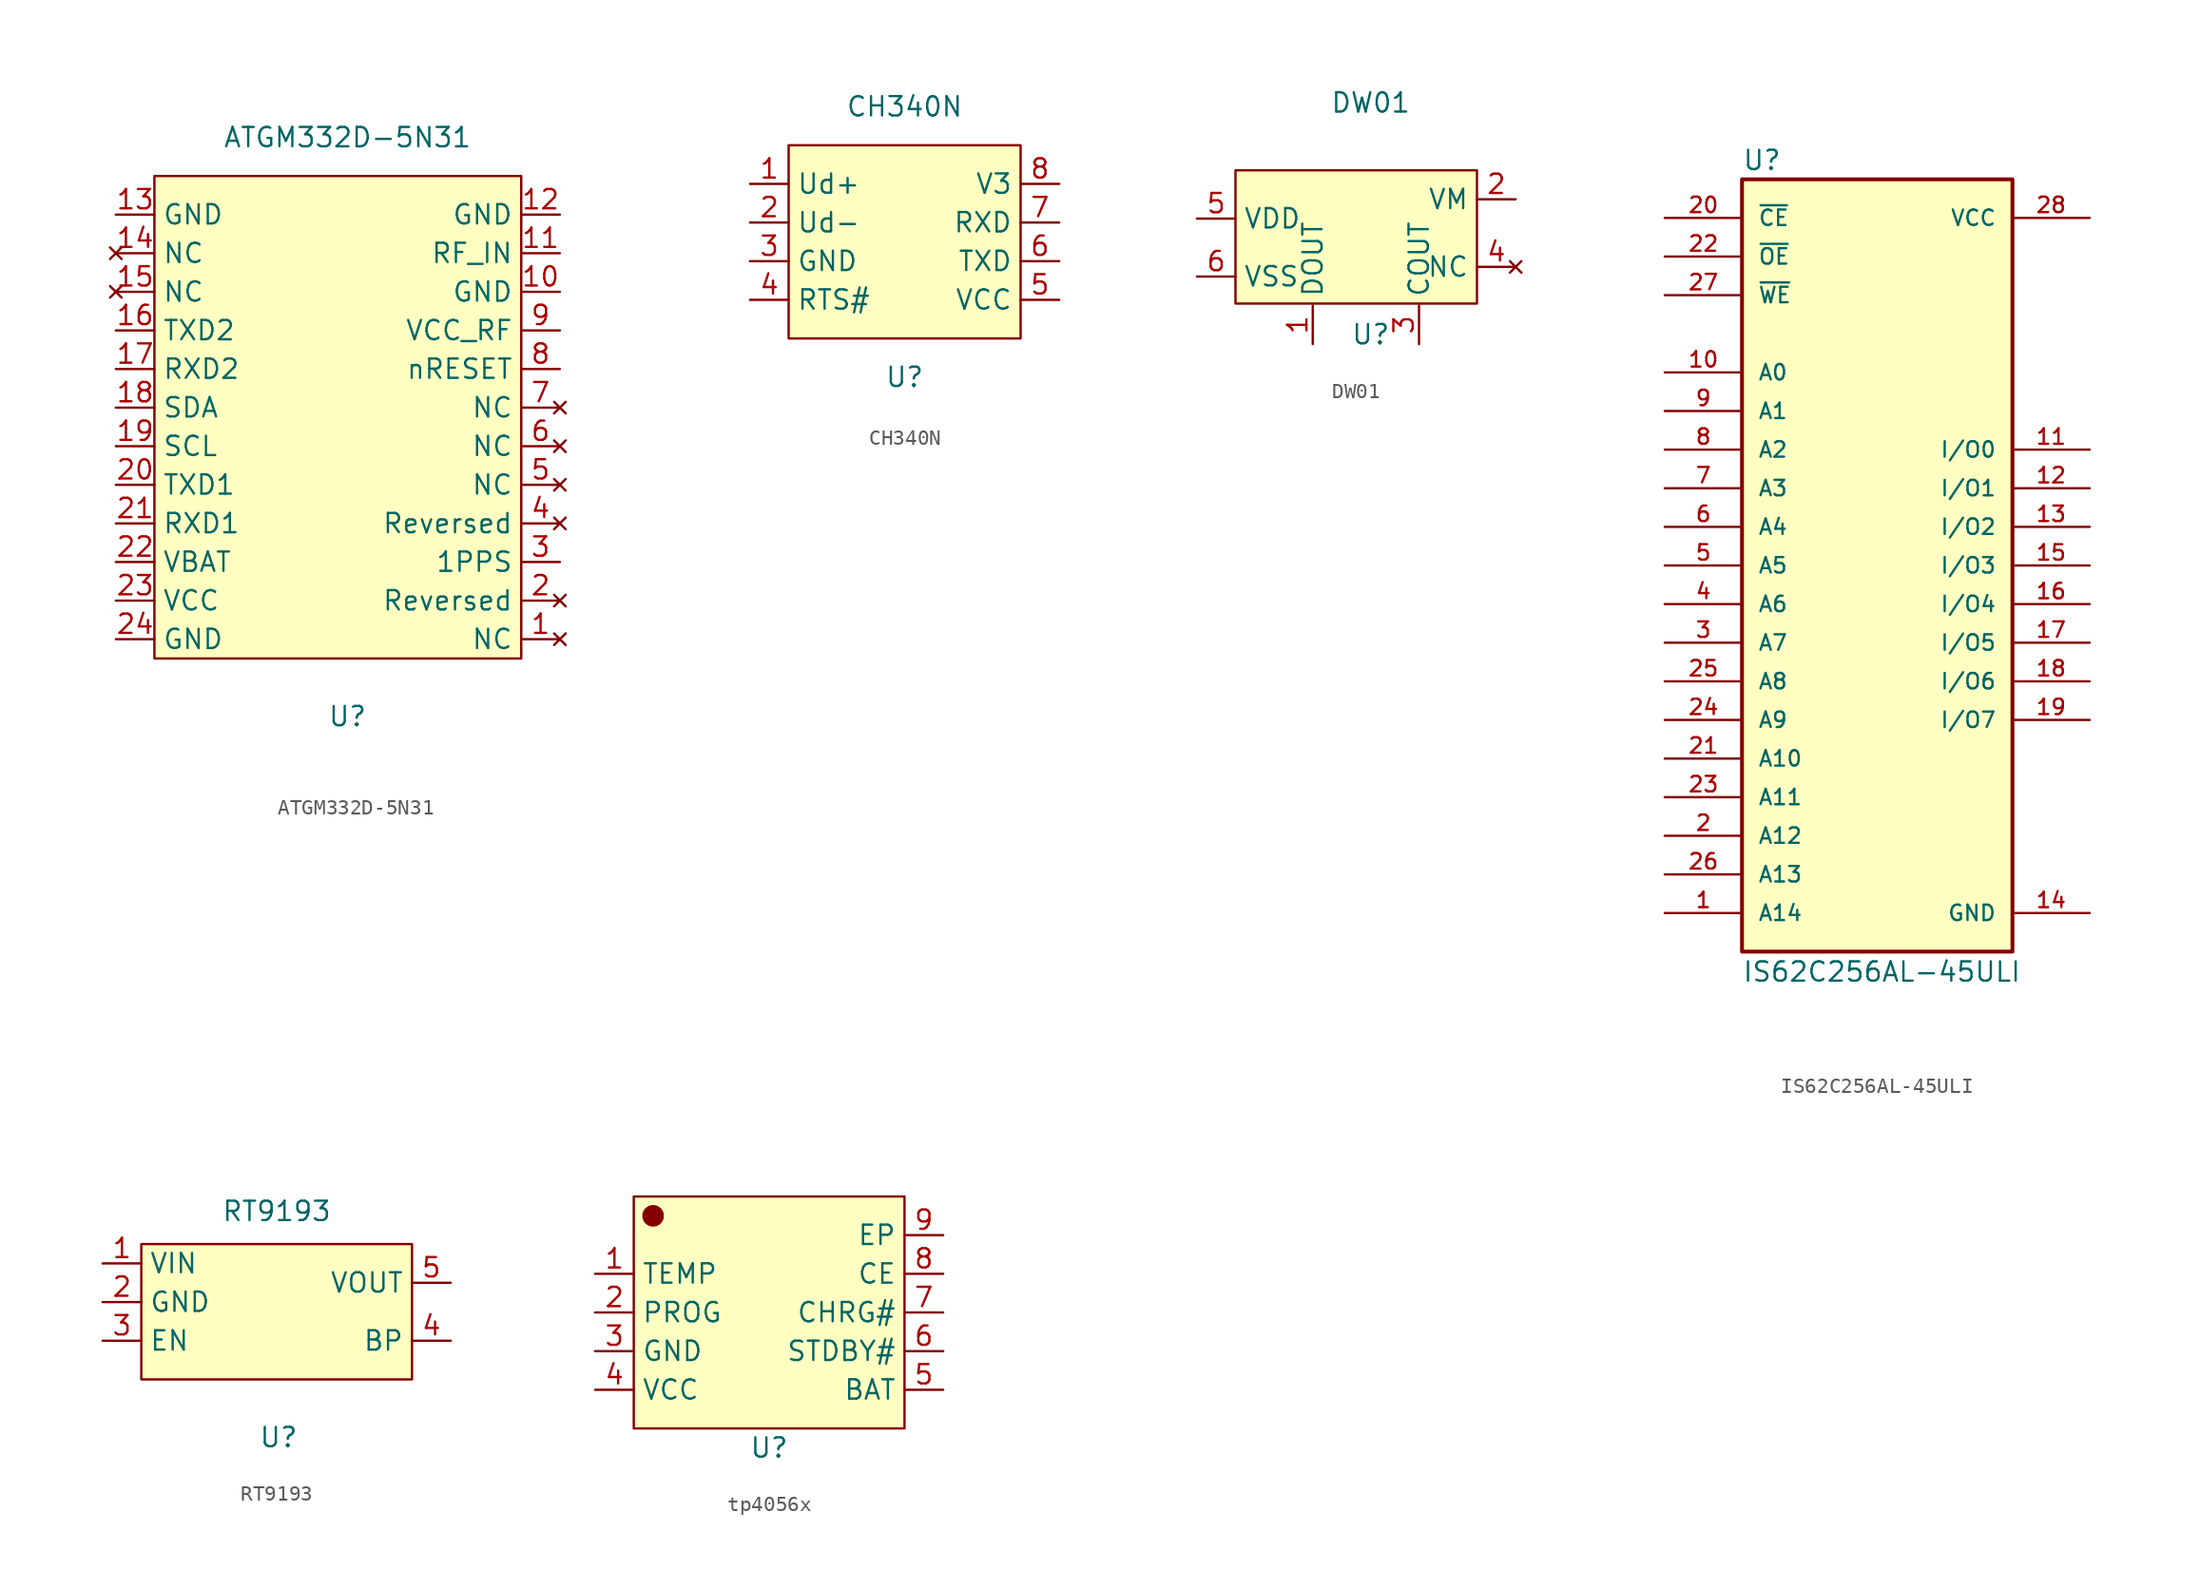
<source format=kicad_sym>
(kicad_symbol_lib
  (version 20211014)
  (generator kicad_symbol_editor)
  (symbol "ATGM332D-5N31"
    (property "Reference" "U"
      (at 0 -15.24 0)
      (effects (font (size 1.27 1.27))))
    (property "Value" "ATGM332D-5N31"
      (at 0 22.86 0)
      (effects (font (size 1.27 1.27))))
    (symbol "ATGM332D-5N31_0_0"
      (text "" (at 16.51 -2.54 0) (effects (font (size 1.27 1.27)))))
    (symbol "ATGM332D-5N31_0_1"
      (rectangle (start -12.7 20.32) (end 11.43 -11.43) (stroke (width 0) (type default) (color 0 0 0 0)) (fill (type background))))
    (symbol "ATGM332D-5N31_1_1"
      (pin no_connect line (at 13.97 -10.16 180) (length 2.54) (name "NC" (effects (font (size 1.27 1.27)))) (number "1" (effects (font (size 1.27 1.27)))))
      (pin power_in line (at 13.97 12.7 180) (length 2.54) (name "GND" (effects (font (size 1.27 1.27)))) (number "10" (effects (font (size 1.27 1.27)))))
      (pin input line (at 13.97 15.24 180) (length 2.54) (name "RF_IN" (effects (font (size 1.27 1.27)))) (number "11" (effects (font (size 1.27 1.27)))))
      (pin power_in line (at 13.97 17.78 180) (length 2.54) (name "GND" (effects (font (size 1.27 1.27)))) (number "12" (effects (font (size 1.27 1.27)))))
      (pin power_in line (at -15.24 17.78 0) (length 2.54) (name "GND" (effects (font (size 1.27 1.27)))) (number "13" (effects (font (size 1.27 1.27)))))
      (pin no_connect line (at -15.24 15.24 0) (length 2.54) (name "NC" (effects (font (size 1.27 1.27)))) (number "14" (effects (font (size 1.27 1.27)))))
      (pin no_connect line (at -15.24 12.7 0) (length 2.54) (name "NC" (effects (font (size 1.27 1.27)))) (number "15" (effects (font (size 1.27 1.27)))))
      (pin output line (at -15.24 10.16 0) (length 2.54) (name "TXD2" (effects (font (size 1.27 1.27)))) (number "16" (effects (font (size 1.27 1.27)))))
      (pin input line (at -15.24 7.62 0) (length 2.54) (name "RXD2" (effects (font (size 1.27 1.27)))) (number "17" (effects (font (size 1.27 1.27)))))
      (pin input line (at -15.24 5.08 0) (length 2.54) (name "SDA" (effects (font (size 1.27 1.27)))) (number "18" (effects (font (size 1.27 1.27)))))
      (pin input line (at -15.24 2.54 0) (length 2.54) (name "SCL" (effects (font (size 1.27 1.27)))) (number "19" (effects (font (size 1.27 1.27)))))
      (pin no_connect line (at 13.97 -7.62 180) (length 2.54) (name "Reversed" (effects (font (size 1.27 1.27)))) (number "2" (effects (font (size 1.27 1.27)))))
      (pin output line (at -15.24 0 0) (length 2.54) (name "TXD1" (effects (font (size 1.27 1.27)))) (number "20" (effects (font (size 1.27 1.27)))))
      (pin input line (at -15.24 -2.54 0) (length 2.54) (name "RXD1" (effects (font (size 1.27 1.27)))) (number "21" (effects (font (size 1.27 1.27)))))
      (pin power_in line (at -15.24 -5.08 0) (length 2.54) (name "VBAT" (effects (font (size 1.27 1.27)))) (number "22" (effects (font (size 1.27 1.27)))))
      (pin power_in line (at -15.24 -7.62 0) (length 2.54) (name "VCC" (effects (font (size 1.27 1.27)))) (number "23" (effects (font (size 1.27 1.27)))))
      (pin power_in line (at -15.24 -10.16 0) (length 2.54) (name "GND" (effects (font (size 1.27 1.27)))) (number "24" (effects (font (size 1.27 1.27)))))
      (pin output line (at 13.97 -5.08 180) (length 2.54) (name "1PPS" (effects (font (size 1.27 1.27)))) (number "3" (effects (font (size 1.27 1.27)))))
      (pin no_connect line (at 13.97 -2.54 180) (length 2.54) (name "Reversed" (effects (font (size 1.27 1.27)))) (number "4" (effects (font (size 1.27 1.27)))))
      (pin no_connect line (at 13.97 0 180) (length 2.54) (name "NC" (effects (font (size 1.27 1.27)))) (number "5" (effects (font (size 1.27 1.27)))))
      (pin no_connect line (at 13.97 2.54 180) (length 2.54) (name "NC" (effects (font (size 1.27 1.27)))) (number "6" (effects (font (size 1.27 1.27)))))
      (pin no_connect line (at 13.97 5.08 180) (length 2.54) (name "NC" (effects (font (size 1.27 1.27)))) (number "7" (effects (font (size 1.27 1.27)))))
      (pin input line (at 13.97 7.62 180) (length 2.54) (name "nRESET" (effects (font (size 1.27 1.27)))) (number "8" (effects (font (size 1.27 1.27)))))
      (pin power_out line (at 13.97 10.16 180) (length 2.54) (name "VCC_RF" (effects (font (size 1.27 1.27)))) (number "9" (effects (font (size 1.27 1.27)))))))
  (symbol "CH340N"
    (property "Reference" "U"
      (at 0 -7.62 0)
      (effects (font (size 1.27 1.27))))
    (property "Value" "CH340N"
      (at 0 10.16 0)
      (effects (font (size 1.27 1.27))))
    (symbol "CH340N_0_1"
      (rectangle (start -7.62 7.62) (end 7.62 -5.08) (stroke (width 0) (type default) (color 0 0 0 0)) (fill (type background))))
    (symbol "CH340N_1_1"
      (pin input line (at -10.16 5.08 0) (length 2.54) (name "Ud+" (effects (font (size 1.27 1.27)))) (number "1" (effects (font (size 1.27 1.27)))))
      (pin input line (at -10.16 2.54 0) (length 2.54) (name "Ud-" (effects (font (size 1.27 1.27)))) (number "2" (effects (font (size 1.27 1.27)))))
      (pin power_in line (at -10.16 0 0) (length 2.54) (name "GND" (effects (font (size 1.27 1.27)))) (number "3" (effects (font (size 1.27 1.27)))))
      (pin output line (at -10.16 -2.54 0) (length 2.54) (name "RTS#" (effects (font (size 1.27 1.27)))) (number "4" (effects (font (size 1.27 1.27)))))
      (pin power_in line (at 10.16 -2.54 180) (length 2.54) (name "VCC" (effects (font (size 1.27 1.27)))) (number "5" (effects (font (size 1.27 1.27)))))
      (pin output line (at 10.16 0 180) (length 2.54) (name "TXD" (effects (font (size 1.27 1.27)))) (number "6" (effects (font (size 1.27 1.27)))))
      (pin output line (at 10.16 2.54 180) (length 2.54) (name "RXD" (effects (font (size 1.27 1.27)))) (number "7" (effects (font (size 1.27 1.27)))))
      (pin input line (at 10.16 5.08 180) (length 2.54) (name "V3" (effects (font (size 1.27 1.27)))) (number "8" (effects (font (size 1.27 1.27)))))))
  (symbol "DW01"
    (property "Reference" "U"
      (at 0 0 0)
      (effects (font (size 1.27 1.27))))
    (property "Value" "DW01"
      (at 0 15.24 0)
      (effects (font (size 1.27 1.27))))
    (symbol "DW01_0_1"
      (rectangle (start -8.89 10.795) (end 6.985 2.032) (stroke (width 0) (type default) (color 0 0 0 0)) (fill (type background))))
    (symbol "DW01_1_1"
      (pin output line (at -3.81 -0.635 90) (length 2.54) (name "DOUT" (effects (font (size 1.27 1.27)))) (number "1" (effects (font (size 1.27 1.27)))))
      (pin input line (at 9.525 8.89 180) (length 2.54) (name "VM" (effects (font (size 1.27 1.27)))) (number "2" (effects (font (size 1.27 1.27)))))
      (pin output line (at 3.175 -0.635 90) (length 2.54) (name "COUT" (effects (font (size 1.27 1.27)))) (number "3" (effects (font (size 1.27 1.27)))))
      (pin no_connect line (at 9.525 4.445 180) (length 2.54) (name "NC" (effects (font (size 1.27 1.27)))) (number "4" (effects (font (size 1.27 1.27)))))
      (pin input line (at -11.43 7.62 0) (length 2.54) (name "VDD" (effects (font (size 1.27 1.27)))) (number "5" (effects (font (size 1.27 1.27)))))
      (pin input line (at -11.43 3.81 0) (length 2.54) (name "VSS" (effects (font (size 1.27 1.27)))) (number "6" (effects (font (size 1.27 1.27)))))))
  (symbol "IS62C256AL-45ULI"
    (pin_names
      (offset 1.016))
    (property "Reference" "U"
      (at -7.621 25.912 0)
      (effects (font (size 1.27 1.27)) (justify left bottom)))
    (property "Value" "IS62C256AL-45ULI"
      (at -7.63 -27.469 0)
      (effects (font (size 1.27 1.27)) (justify left bottom)))
    (symbol "IS62C256AL-45ULI_0_0"
      (rectangle (start -7.62 -25.4) (end 10.16 25.4) (stroke (width 0.254) (type default) (color 0 0 0 0)) (fill (type background)))
      (pin input line (at -12.7 -22.86 0) (length 5.08) (name "A14" (effects (font (size 1.016 1.016)))) (number "1" (effects (font (size 1.016 1.016)))))
      (pin input line (at -12.7 12.7 0) (length 5.08) (name "A0" (effects (font (size 1.016 1.016)))) (number "10" (effects (font (size 1.016 1.016)))))
      (pin bidirectional line (at 15.24 7.62 180) (length 5.08) (name "I/O0" (effects (font (size 1.016 1.016)))) (number "11" (effects (font (size 1.016 1.016)))))
      (pin bidirectional line (at 15.24 5.08 180) (length 5.08) (name "I/O1" (effects (font (size 1.016 1.016)))) (number "12" (effects (font (size 1.016 1.016)))))
      (pin bidirectional line (at 15.24 2.54 180) (length 5.08) (name "I/O2" (effects (font (size 1.016 1.016)))) (number "13" (effects (font (size 1.016 1.016)))))
      (pin power_in line (at 15.24 -22.86 180) (length 5.08) (name "GND" (effects (font (size 1.016 1.016)))) (number "14" (effects (font (size 1.016 1.016)))))
      (pin bidirectional line (at 15.24 0 180) (length 5.08) (name "I/O3" (effects (font (size 1.016 1.016)))) (number "15" (effects (font (size 1.016 1.016)))))
      (pin bidirectional line (at 15.24 -2.54 180) (length 5.08) (name "I/O4" (effects (font (size 1.016 1.016)))) (number "16" (effects (font (size 1.016 1.016)))))
      (pin bidirectional line (at 15.24 -5.08 180) (length 5.08) (name "I/O5" (effects (font (size 1.016 1.016)))) (number "17" (effects (font (size 1.016 1.016)))))
      (pin bidirectional line (at 15.24 -7.62 180) (length 5.08) (name "I/O6" (effects (font (size 1.016 1.016)))) (number "18" (effects (font (size 1.016 1.016)))))
      (pin bidirectional line (at 15.24 -10.16 180) (length 5.08) (name "I/O7" (effects (font (size 1.016 1.016)))) (number "19" (effects (font (size 1.016 1.016)))))
      (pin input line (at -12.7 -17.78 0) (length 5.08) (name "A12" (effects (font (size 1.016 1.016)))) (number "2" (effects (font (size 1.016 1.016)))))
      (pin input line (at -12.7 22.86 0) (length 5.08) (name "~{CE}" (effects (font (size 1.016 1.016)))) (number "20" (effects (font (size 1.016 1.016)))))
      (pin input line (at -12.7 -12.7 0) (length 5.08) (name "A10" (effects (font (size 1.016 1.016)))) (number "21" (effects (font (size 1.016 1.016)))))
      (pin input line (at -12.7 20.32 0) (length 5.08) (name "~{OE}" (effects (font (size 1.016 1.016)))) (number "22" (effects (font (size 1.016 1.016)))))
      (pin input line (at -12.7 -15.24 0) (length 5.08) (name "A11" (effects (font (size 1.016 1.016)))) (number "23" (effects (font (size 1.016 1.016)))))
      (pin input line (at -12.7 -10.16 0) (length 5.08) (name "A9" (effects (font (size 1.016 1.016)))) (number "24" (effects (font (size 1.016 1.016)))))
      (pin input line (at -12.7 -7.62 0) (length 5.08) (name "A8" (effects (font (size 1.016 1.016)))) (number "25" (effects (font (size 1.016 1.016)))))
      (pin input line (at -12.7 -20.32 0) (length 5.08) (name "A13" (effects (font (size 1.016 1.016)))) (number "26" (effects (font (size 1.016 1.016)))))
      (pin input line (at -12.7 17.78 0) (length 5.08) (name "~{WE}" (effects (font (size 1.016 1.016)))) (number "27" (effects (font (size 1.016 1.016)))))
      (pin power_in line (at 15.24 22.86 180) (length 5.08) (name "VCC" (effects (font (size 1.016 1.016)))) (number "28" (effects (font (size 1.016 1.016)))))
      (pin input line (at -12.7 -5.08 0) (length 5.08) (name "A7" (effects (font (size 1.016 1.016)))) (number "3" (effects (font (size 1.016 1.016)))))
      (pin input line (at -12.7 -2.54 0) (length 5.08) (name "A6" (effects (font (size 1.016 1.016)))) (number "4" (effects (font (size 1.016 1.016)))))
      (pin input line (at -12.7 0 0) (length 5.08) (name "A5" (effects (font (size 1.016 1.016)))) (number "5" (effects (font (size 1.016 1.016)))))
      (pin input line (at -12.7 2.54 0) (length 5.08) (name "A4" (effects (font (size 1.016 1.016)))) (number "6" (effects (font (size 1.016 1.016)))))
      (pin input line (at -12.7 5.08 0) (length 5.08) (name "A3" (effects (font (size 1.016 1.016)))) (number "7" (effects (font (size 1.016 1.016)))))
      (pin input line (at -12.7 7.62 0) (length 5.08) (name "A2" (effects (font (size 1.016 1.016)))) (number "8" (effects (font (size 1.016 1.016)))))
      (pin input line (at -12.7 10.16 0) (length 5.08) (name "A1" (effects (font (size 1.016 1.016)))) (number "9" (effects (font (size 1.016 1.016)))))))
  (symbol "RT9193"
    (property "Reference" "U"
      (at 0.127 -7.62 0)
      (effects (font (size 1.27 1.27))))
    (property "Value" "RT9193"
      (at 0 7.239 0)
      (effects (font (size 1.27 1.27))))
    (symbol "RT9193_0_1"
      (rectangle (start -8.89 5.08) (end 8.89 -3.81) (stroke (width 0) (type default) (color 0 0 0 0)) (fill (type background))))
    (symbol "RT9193_1_1"
      (pin input line (at -11.43 3.81 0) (length 2.54) (name "VIN" (effects (font (size 1.27 1.27)))) (number "1" (effects (font (size 1.27 1.27)))))
      (pin input line (at -11.43 1.27 0) (length 2.54) (name "GND" (effects (font (size 1.27 1.27)))) (number "2" (effects (font (size 1.27 1.27)))))
      (pin input line (at -11.43 -1.27 0) (length 2.54) (name "EN" (effects (font (size 1.27 1.27)))) (number "3" (effects (font (size 1.27 1.27)))))
      (pin output line (at 11.43 -1.27 180) (length 2.54) (name "BP" (effects (font (size 1.27 1.27)))) (number "4" (effects (font (size 1.27 1.27)))))
      (pin output line (at 11.43 2.54 180) (length 2.54) (name "VOUT" (effects (font (size 1.27 1.27)))) (number "5" (effects (font (size 1.27 1.27)))))))
  (symbol "tp4056x"
    (property "Reference" "U"
      (at 0 -11.43 0)
      (effects (font (size 1.27 1.27))))
    (symbol "tp4056x_0_1"
      (rectangle (start -8.89 5.08) (end 8.89 -10.16) (stroke (width 0) (type default) (color 0 0 0 0)) (fill (type background)))
      (circle (center -7.62 3.81) (radius 0.635) (stroke (width 0) (type default) (color 0 0 0 0)) (fill (type outline))))
    (symbol "tp4056x_1_1"
      (pin input line (at -11.43 0 0) (length 2.54) (name "TEMP" (effects (font (size 1.27 1.27)))) (number "1" (effects (font (size 1.27 1.27)))))
      (pin input line (at -11.43 -2.54 0) (length 2.54) (name "PROG" (effects (font (size 1.27 1.27)))) (number "2" (effects (font (size 1.27 1.27)))))
      (pin power_in line (at -11.43 -5.08 0) (length 2.54) (name "GND" (effects (font (size 1.27 1.27)))) (number "3" (effects (font (size 1.27 1.27)))))
      (pin power_in line (at -11.43 -7.62 0) (length 2.54) (name "VCC" (effects (font (size 1.27 1.27)))) (number "4" (effects (font (size 1.27 1.27)))))
      (pin power_out line (at 11.43 -7.62 180) (length 2.54) (name "BAT" (effects (font (size 1.27 1.27)))) (number "5" (effects (font (size 1.27 1.27)))))
      (pin input line (at 11.43 -5.08 180) (length 2.54) (name "STDBY#" (effects (font (size 1.27 1.27)))) (number "6" (effects (font (size 1.27 1.27)))))
      (pin input line (at 11.43 -2.54 180) (length 2.54) (name "CHRG#" (effects (font (size 1.27 1.27)))) (number "7" (effects (font (size 1.27 1.27)))))
      (pin input line (at 11.43 0 180) (length 2.54) (name "CE" (effects (font (size 1.27 1.27)))) (number "8" (effects (font (size 1.27 1.27)))))
      (pin input line (at 11.43 2.54 180) (length 2.54) (name "EP" (effects (font (size 1.27 1.27)))) (number "9" (effects (font (size 1.27 1.27))))))))
</source>
